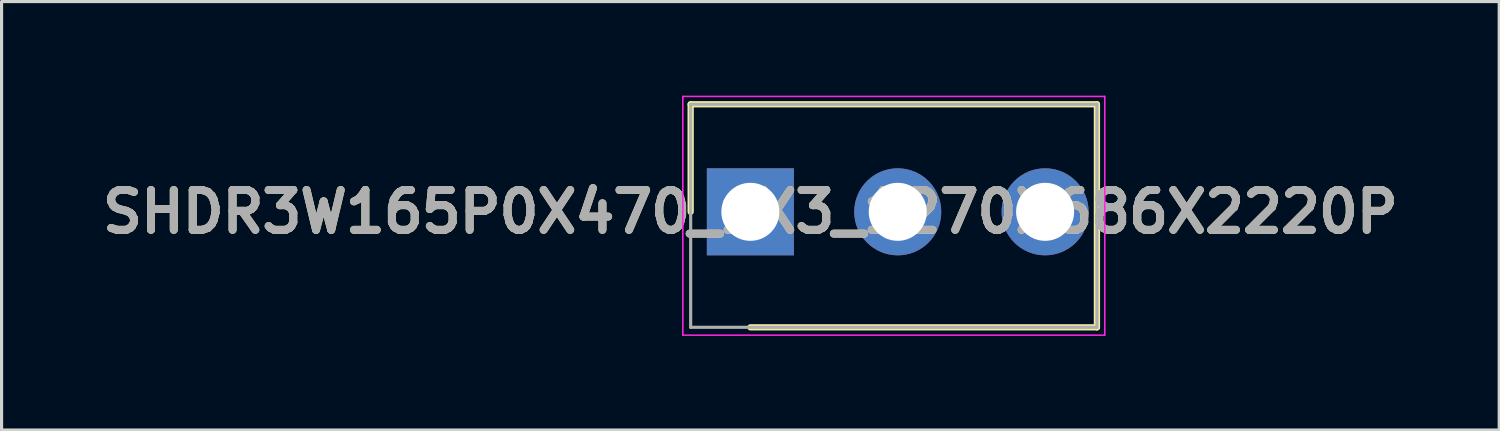
<source format=kicad_pcb>
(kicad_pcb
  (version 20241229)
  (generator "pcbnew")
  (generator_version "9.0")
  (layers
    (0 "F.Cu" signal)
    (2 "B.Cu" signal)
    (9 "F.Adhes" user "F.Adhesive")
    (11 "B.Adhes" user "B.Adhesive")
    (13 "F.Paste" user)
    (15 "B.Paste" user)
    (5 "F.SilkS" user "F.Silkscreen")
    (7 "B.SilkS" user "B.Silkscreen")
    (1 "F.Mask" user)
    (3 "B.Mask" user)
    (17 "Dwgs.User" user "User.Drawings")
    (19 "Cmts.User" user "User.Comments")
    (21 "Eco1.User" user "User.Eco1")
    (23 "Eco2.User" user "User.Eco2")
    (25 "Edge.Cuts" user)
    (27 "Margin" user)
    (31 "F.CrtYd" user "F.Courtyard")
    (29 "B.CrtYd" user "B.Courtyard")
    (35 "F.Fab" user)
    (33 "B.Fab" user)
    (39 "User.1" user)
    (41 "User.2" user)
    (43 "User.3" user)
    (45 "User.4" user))
  (footprint "SHDR3W165P0X470_1X3_1270X686X2220P"
    (layer "F.Cu")
    (at 20.876 3.704)
    (property "Reference" "SHDR3W165P0X470_1X3_1270X686X2220P" (at 0 0 0) (layer "F.SilkS") (effects (font (size 1.27 1.27) (thickness 0.254))))
    (attr through_hole)
    (fp_line (start -1.904 -3.429) (end -1.904 0) (stroke (width 0.2) (type solid)) (layer "F.SilkS"))
    (fp_line (start 0 3.683) (end 11.05 3.683) (stroke (width 0.2) (type solid)) (layer "F.SilkS"))
    (fp_line (start 11.05 -3.429) (end -1.904 -3.429) (stroke (width 0.2) (type solid)) (layer "F.SilkS"))
    (fp_line (start 11.05 3.683) (end 11.05 -3.429) (stroke (width 0.2) (type solid)) (layer "F.SilkS"))
    (fp_line (start -2.154 -3.679) (end 11.3 -3.679) (stroke (width 0.05) (type solid)) (layer "F.CrtYd"))
    (fp_line (start -2.154 3.933) (end -2.154 -3.679) (stroke (width 0.05) (type solid)) (layer "F.CrtYd"))
    (fp_line (start 11.3 -3.679) (end 11.3 3.933) (stroke (width 0.05) (type solid)) (layer "F.CrtYd"))
    (fp_line (start 11.3 3.933) (end -2.154 3.933) (stroke (width 0.05) (type solid)) (layer "F.CrtYd"))
    (fp_line (start -1.904 -3.429) (end 11.05 -3.429) (stroke (width 0.1) (type solid)) (layer "F.Fab"))
    (fp_line (start -1.904 3.683) (end -1.904 -3.429) (stroke (width 0.1) (type solid)) (layer "F.Fab"))
    (fp_line (start 11.05 -3.429) (end 11.05 3.683) (stroke (width 0.1) (type solid)) (layer "F.Fab"))
    (fp_line (start 11.05 3.683) (end -1.904 3.683) (stroke (width 0.1) (type solid)) (layer "F.Fab"))
    (fp_text user "${REFERENCE}" (at 0 0 0) (layer "F.Fab") (effects (font (size 1.27 1.27) (thickness 0.254))))
    (pad "1" thru_hole rect (at 0 0) (size 2.775 2.775) (drill 1.85) (layers "*.Cu" "*.Mask"))
    (pad "2" thru_hole circle (at 4.699 0) (size 2.775 2.775) (drill 1.85) (layers "*.Cu" "*.Mask"))
    (pad "3" thru_hole circle (at 9.398 0) (size 2.775 2.775) (drill 1.85) (layers "*.Cu" "*.Mask")))
  (gr_rect
    (start -3 -3)
    (end 44.753 10.662)
    (stroke (width 0.1) (type default))
    (fill no)
    (layer "Edge.Cuts")))
</source>
